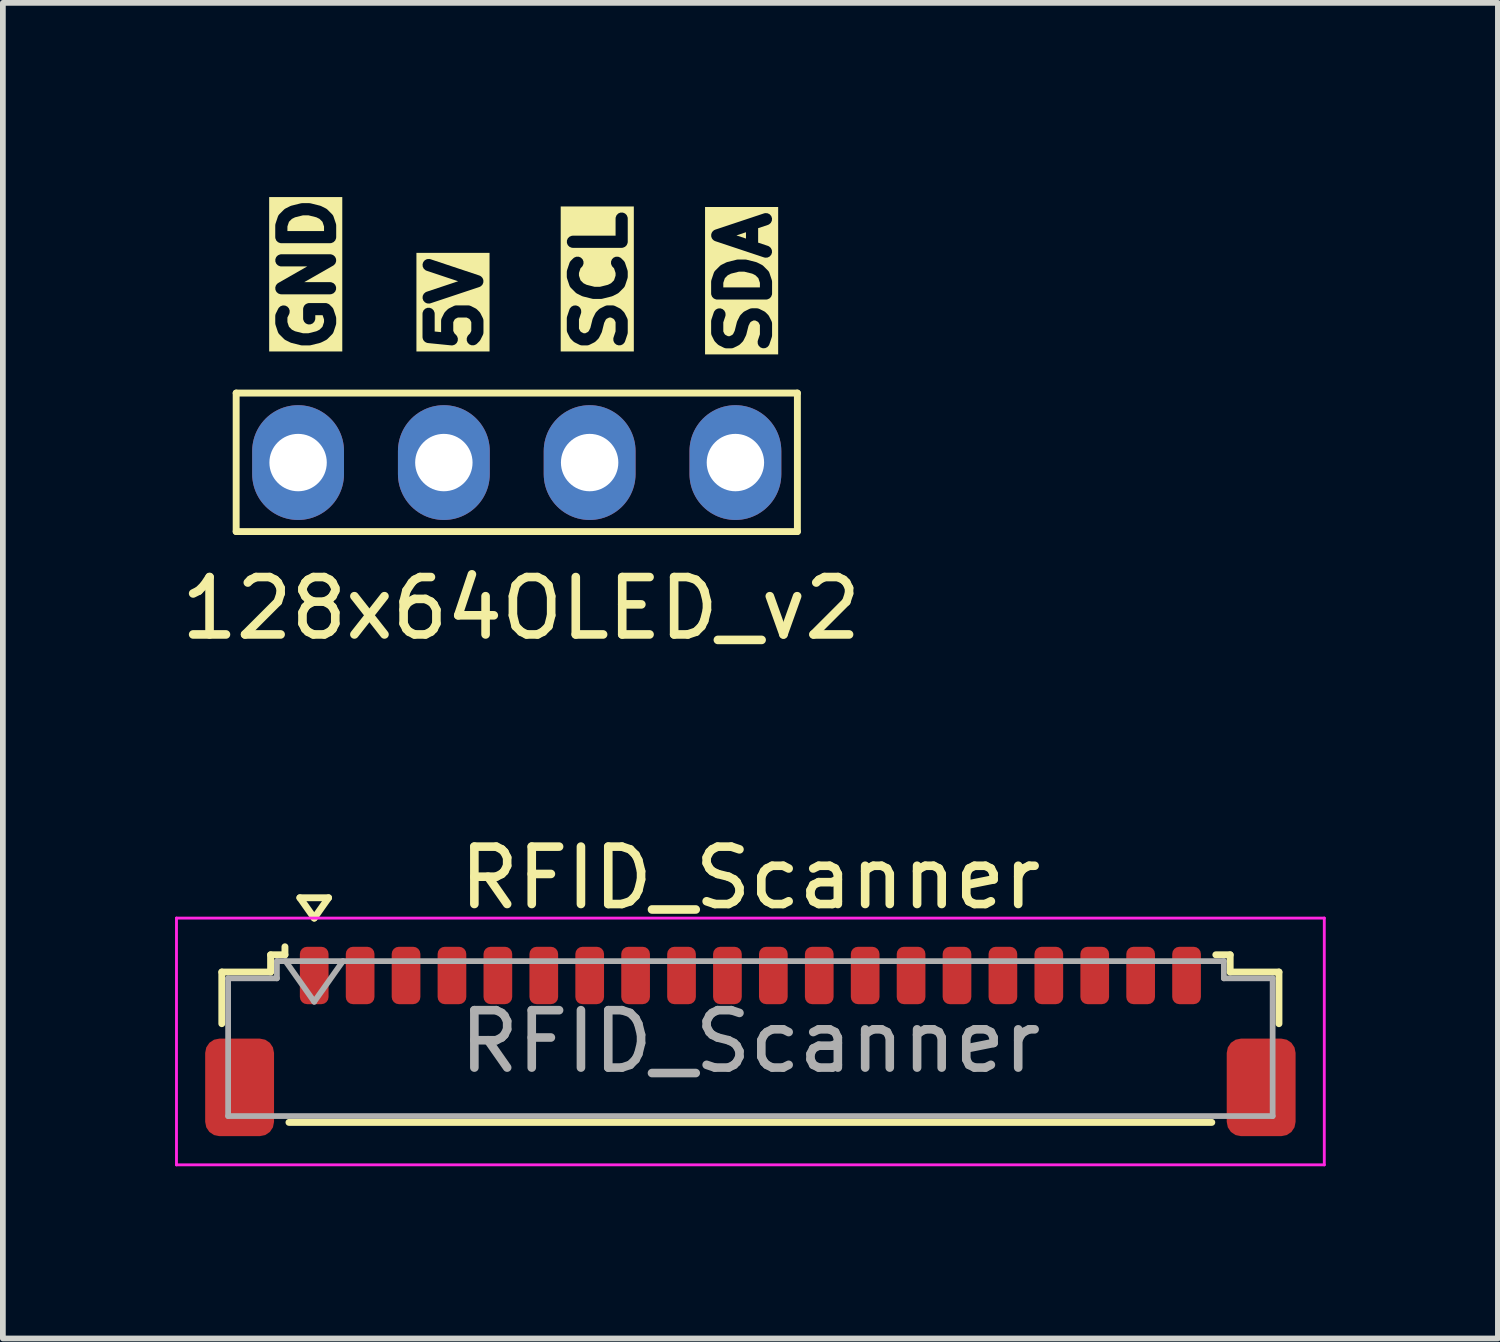
<source format=kicad_pcb>
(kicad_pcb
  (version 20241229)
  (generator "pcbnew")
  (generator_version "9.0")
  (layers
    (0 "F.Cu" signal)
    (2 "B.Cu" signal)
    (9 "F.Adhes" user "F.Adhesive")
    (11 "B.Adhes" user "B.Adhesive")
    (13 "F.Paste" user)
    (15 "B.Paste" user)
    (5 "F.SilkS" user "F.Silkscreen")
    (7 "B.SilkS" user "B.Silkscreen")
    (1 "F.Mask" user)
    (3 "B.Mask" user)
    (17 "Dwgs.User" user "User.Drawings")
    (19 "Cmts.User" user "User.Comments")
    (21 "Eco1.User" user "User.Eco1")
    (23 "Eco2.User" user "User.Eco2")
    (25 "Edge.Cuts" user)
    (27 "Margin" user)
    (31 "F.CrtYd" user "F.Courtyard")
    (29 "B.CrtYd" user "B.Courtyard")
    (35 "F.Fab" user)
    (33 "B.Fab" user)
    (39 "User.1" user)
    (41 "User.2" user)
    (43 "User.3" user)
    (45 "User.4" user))
  (footprint "128x64OLED_v2"
    (layer "F.Cu")
    (at 6.03 5.975)
    (property "Reference" "128x64OLED_v2" (at 0 1.575 0) (layer "F.SilkS") (effects (font (size 1 1) (thickness 0.15))))
    (attr through_hole)
    (fp_line (start -4.965 -2.176) (end -4.965 0.237) (stroke (width 0.12) (type solid)) (layer "F.SilkS"))
    (fp_line (start -4.965 -2.176) (end 4.814 -2.176) (stroke (width 0.12) (type solid)) (layer "F.SilkS"))
    (fp_line (start 4.814 -2.176) (end 4.814 0.237) (stroke (width 0.12) (type solid)) (layer "F.SilkS"))
    (fp_line (start 4.814 0.237) (end -4.965 0.237) (stroke (width 0.12) (type solid)) (layer "F.SilkS"))
    (fp_text user "SDA" (at 4.382 -2.76 90) (unlocked yes) (layer "F.SilkS" knockout) (effects (font (size 0.85 0.85) (thickness 0.212) (bold yes)) (justify left bottom)))
    (fp_text user "5V" (at -0.647 -2.811 90) (unlocked yes) (layer "F.SilkS" knockout) (effects (font (size 0.85 0.85) (thickness 0.212) (bold yes)) (justify left bottom)))
    (fp_text user "GND" (at -3.213 -2.811 90) (unlocked yes) (layer "F.SilkS" knockout) (effects (font (size 0.85 0.85) (thickness 0.212) (bold yes)) (justify left bottom)))
    (fp_text user "SCL" (at 1.867 -2.811 90) (unlocked yes) (layer "F.SilkS" knockout) (effects (font (size 0.85 0.85) (thickness 0.212) (bold yes)) (justify left bottom)))
    (pad "1" thru_hole oval (at -3.886 -0.965 90) (size 2 1.6) (drill 1) (layers "*.Cu" "*.Mask"))
    (pad "2" thru_hole oval (at -1.346 -0.965 90) (size 2 1.6) (drill 1) (layers "*.Cu" "*.Mask"))
    (pad "3" thru_hole oval (at 1.194 -0.965 90) (size 2 1.6) (drill 1) (layers "*.Cu" "*.Mask"))
    (pad "4" thru_hole oval (at 3.734 -0.965 90) (size 2 1.6) (drill 1) (layers "*.Cu" "*.Mask")))
  (footprint "RFID_Scanner"
    (layer "F.Cu")
    (at 10.025 15.097)
    (property "Reference" "RFID_Scanner" (at 0 -2.85 0) (layer "F.SilkS") (effects (font (size 1 1) (thickness 0.15))))
    (attr smd)
    (fp_line (start -9.21 -1.21) (end -8.36 -1.21) (stroke (width 0.12) (type solid)) (layer "F.SilkS"))
    (fp_line (start -9.21 -0.31) (end -9.21 -1.21) (stroke (width 0.12) (type solid)) (layer "F.SilkS"))
    (fp_line (start -8.36 -1.51) (end -8.11 -1.51) (stroke (width 0.12) (type solid)) (layer "F.SilkS"))
    (fp_line (start -8.36 -1.21) (end -8.36 -1.51) (stroke (width 0.12) (type solid)) (layer "F.SilkS"))
    (fp_line (start -8.11 -1.51) (end -8.11 -1.65) (stroke (width 0.12) (type solid)) (layer "F.SilkS"))
    (fp_line (start -8.04 1.41) (end 8.04 1.41) (stroke (width 0.12) (type solid)) (layer "F.SilkS"))
    (fp_line (start -7.85 -2.504) (end -7.6 -2.15) (stroke (width 0.12) (type solid)) (layer "F.SilkS"))
    (fp_line (start -7.6 -2.15) (end -7.35 -2.504) (stroke (width 0.12) (type solid)) (layer "F.SilkS"))
    (fp_line (start -7.35 -2.504) (end -7.85 -2.504) (stroke (width 0.12) (type solid)) (layer "F.SilkS"))
    (fp_line (start 8.36 -1.51) (end 8.11 -1.51) (stroke (width 0.12) (type solid)) (layer "F.SilkS"))
    (fp_line (start 8.36 -1.21) (end 8.36 -1.51) (stroke (width 0.12) (type solid)) (layer "F.SilkS"))
    (fp_line (start 9.21 -1.21) (end 8.36 -1.21) (stroke (width 0.12) (type solid)) (layer "F.SilkS"))
    (fp_line (start 9.21 -0.31) (end 9.21 -1.21) (stroke (width 0.12) (type solid)) (layer "F.SilkS"))
    (fp_line (start -10 -2.15) (end -10 2.15) (stroke (width 0.05) (type solid)) (layer "F.CrtYd"))
    (fp_line (start -10 2.15) (end 10 2.15) (stroke (width 0.05) (type solid)) (layer "F.CrtYd"))
    (fp_line (start 10 -2.15) (end -10 -2.15) (stroke (width 0.05) (type solid)) (layer "F.CrtYd"))
    (fp_line (start 10 2.15) (end 10 -2.15) (stroke (width 0.05) (type solid)) (layer "F.CrtYd"))
    (fp_line (start -9.1 -1.1) (end -9.1 1.3) (stroke (width 0.1) (type solid)) (layer "F.Fab"))
    (fp_line (start -9.1 -1.1) (end -8.25 -1.1) (stroke (width 0.1) (type solid)) (layer "F.Fab"))
    (fp_line (start -9.1 1.3) (end 9.1 1.3) (stroke (width 0.1) (type solid)) (layer "F.Fab"))
    (fp_line (start -8.25 -1.4) (end 8.25 -1.4) (stroke (width 0.1) (type solid)) (layer "F.Fab"))
    (fp_line (start -8.25 -1.1) (end -8.25 -1.4) (stroke (width 0.1) (type solid)) (layer "F.Fab"))
    (fp_line (start -8.1 -1.4) (end -7.6 -0.693) (stroke (width 0.1) (type solid)) (layer "F.Fab"))
    (fp_line (start -7.6 -0.693) (end -7.1 -1.4) (stroke (width 0.1) (type solid)) (layer "F.Fab"))
    (fp_line (start 8.25 -1.4) (end 8.25 -1.1) (stroke (width 0.1) (type solid)) (layer "F.Fab"))
    (fp_line (start 8.25 -1.1) (end 9.1 -1.1) (stroke (width 0.1) (type solid)) (layer "F.Fab"))
    (fp_line (start 9.1 -1.1) (end 9.1 1.3) (stroke (width 0.1) (type solid)) (layer "F.Fab"))
    (fp_text user "${REFERENCE}" (at 0 0 0) (layer "F.Fab") (effects (font (size 1 1) (thickness 0.15))))
    (pad "1" smd roundrect (at -7.6 -1.15) (size 0.5 1) (layers "F.Cu" "F.Mask" "F.Paste") (roundrect_rratio 0.25))
    (pad "2" smd roundrect (at -6.8 -1.15) (size 0.5 1) (layers "F.Cu" "F.Mask" "F.Paste") (roundrect_rratio 0.25))
    (pad "3" smd roundrect (at -6 -1.15) (size 0.5 1) (layers "F.Cu" "F.Mask" "F.Paste") (roundrect_rratio 0.25))
    (pad "4" smd roundrect (at -5.2 -1.15) (size 0.5 1) (layers "F.Cu" "F.Mask" "F.Paste") (roundrect_rratio 0.25))
    (pad "5" smd roundrect (at -4.4 -1.15) (size 0.5 1) (layers "F.Cu" "F.Mask" "F.Paste") (roundrect_rratio 0.25))
    (pad "6" smd roundrect (at -3.6 -1.15) (size 0.5 1) (layers "F.Cu" "F.Mask" "F.Paste") (roundrect_rratio 0.25))
    (pad "7" smd roundrect (at -2.8 -1.15) (size 0.5 1) (layers "F.Cu" "F.Mask" "F.Paste") (roundrect_rratio 0.25))
    (pad "8" smd roundrect (at -2 -1.15) (size 0.5 1) (layers "F.Cu" "F.Mask" "F.Paste") (roundrect_rratio 0.25))
    (pad "9" smd roundrect (at -1.2 -1.15) (size 0.5 1) (layers "F.Cu" "F.Mask" "F.Paste") (roundrect_rratio 0.25))
    (pad "10" smd roundrect (at -0.4 -1.15) (size 0.5 1) (layers "F.Cu" "F.Mask" "F.Paste") (roundrect_rratio 0.25))
    (pad "11" smd roundrect (at 0.4 -1.15) (size 0.5 1) (layers "F.Cu" "F.Mask" "F.Paste") (roundrect_rratio 0.25))
    (pad "12" smd roundrect (at 1.2 -1.15) (size 0.5 1) (layers "F.Cu" "F.Mask" "F.Paste") (roundrect_rratio 0.25))
    (pad "13" smd roundrect (at 2 -1.15) (size 0.5 1) (layers "F.Cu" "F.Mask" "F.Paste") (roundrect_rratio 0.25))
    (pad "14" smd roundrect (at 2.8 -1.15) (size 0.5 1) (layers "F.Cu" "F.Mask" "F.Paste") (roundrect_rratio 0.25))
    (pad "15" smd roundrect (at 3.6 -1.15) (size 0.5 1) (layers "F.Cu" "F.Mask" "F.Paste") (roundrect_rratio 0.25))
    (pad "16" smd roundrect (at 4.4 -1.15) (size 0.5 1) (layers "F.Cu" "F.Mask" "F.Paste") (roundrect_rratio 0.25))
    (pad "17" smd roundrect (at 5.2 -1.15) (size 0.5 1) (layers "F.Cu" "F.Mask" "F.Paste") (roundrect_rratio 0.25))
    (pad "18" smd roundrect (at 6 -1.15) (size 0.5 1) (layers "F.Cu" "F.Mask" "F.Paste") (roundrect_rratio 0.25))
    (pad "19" smd roundrect (at 6.8 -1.15) (size 0.5 1) (layers "F.Cu" "F.Mask" "F.Paste") (roundrect_rratio 0.25))
    (pad "20" smd roundrect (at 7.6 -1.15) (size 0.5 1) (layers "F.Cu" "F.Mask" "F.Paste") (roundrect_rratio 0.25))
    (pad "MP" smd roundrect (at -8.9 0.8) (size 1.2 1.7) (layers "F.Cu" "F.Mask" "F.Paste") (roundrect_rratio 0.208))
    (pad "MP" smd roundrect (at 8.9 0.8) (size 1.2 1.7) (layers "F.Cu" "F.Mask" "F.Paste") (roundrect_rratio 0.208)))
  (gr_rect
    (start -3 -3)
    (end 23.05 20.272)
    (stroke (width 0.1) (type default))
    (fill no)
    (layer "Edge.Cuts")))
</source>
